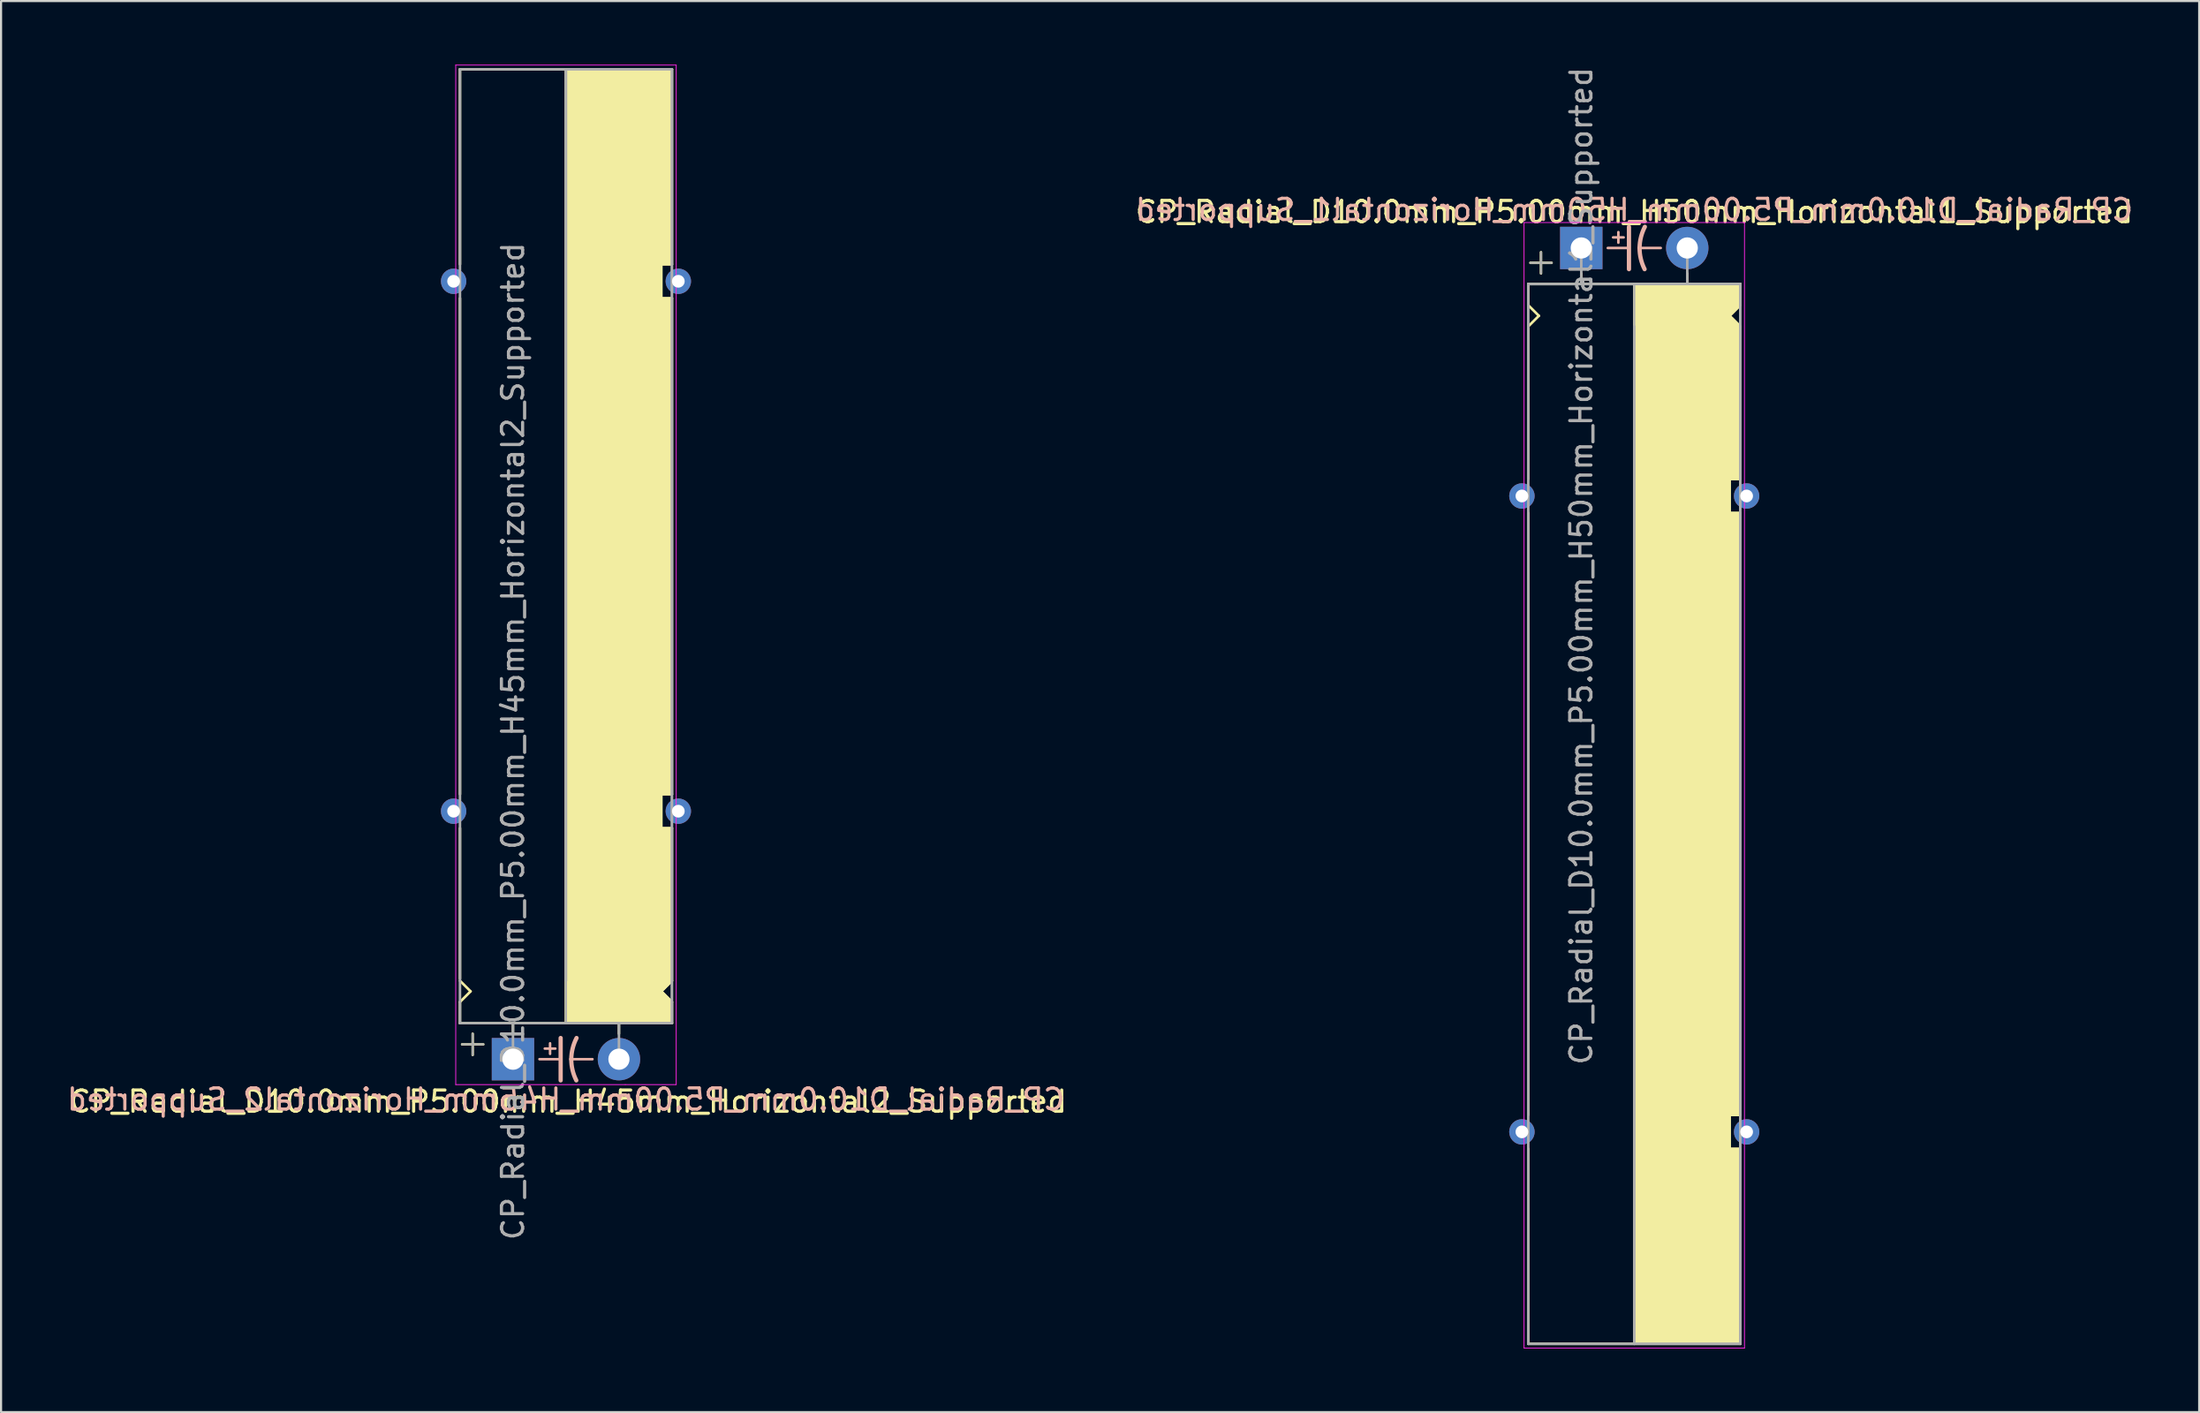
<source format=kicad_pcb>
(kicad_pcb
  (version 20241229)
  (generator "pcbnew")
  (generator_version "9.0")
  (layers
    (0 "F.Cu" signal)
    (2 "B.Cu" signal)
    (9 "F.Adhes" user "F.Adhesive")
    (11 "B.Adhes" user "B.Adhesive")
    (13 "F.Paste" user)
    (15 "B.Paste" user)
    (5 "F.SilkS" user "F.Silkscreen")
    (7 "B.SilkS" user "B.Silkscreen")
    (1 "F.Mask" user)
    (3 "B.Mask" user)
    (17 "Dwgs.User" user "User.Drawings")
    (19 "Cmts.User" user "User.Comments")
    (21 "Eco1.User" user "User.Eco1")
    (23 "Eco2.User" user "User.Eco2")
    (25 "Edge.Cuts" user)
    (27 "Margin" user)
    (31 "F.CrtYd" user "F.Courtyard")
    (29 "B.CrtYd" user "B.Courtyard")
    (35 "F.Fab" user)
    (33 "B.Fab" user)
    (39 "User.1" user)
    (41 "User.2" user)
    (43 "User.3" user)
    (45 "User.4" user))
  (footprint "CP_Radial_D10.0mm_P5.00mm_H45mm_Horizontal2_Supported"
    (layer "F.Cu")
    (at 21.149 46.92)
    (property "Reference" "CP_Radial_D10.0mm_P5.00mm_H45mm_Horizontal2_Supported" (at 2.6 2 0) (layer "F.SilkS") (effects (font (size 1 1) (thickness 0.15))))
    (fp_line (start -2.5 -46.7) (end 7.5 -46.7) (stroke (width 0.12) (type solid)) (layer "F.SilkS"))
    (fp_line (start -2.5 -37.5) (end -2.5 -46.7) (stroke (width 0.12) (type solid)) (layer "F.SilkS"))
    (fp_line (start -2.5 -12.5) (end -2.5 -35.9) (stroke (width 0.12) (type solid)) (layer "F.SilkS"))
    (fp_line (start -2.5 -3.8) (end -2.5 -10.9) (stroke (width 0.12) (type solid)) (layer "F.SilkS"))
    (fp_line (start -2.5 -2.7) (end -2 -3.2) (stroke (width 0.12) (type solid)) (layer "F.SilkS"))
    (fp_line (start -2.5 -1.7) (end -2.5 -2.7) (stroke (width 0.12) (type solid)) (layer "F.SilkS"))
    (fp_line (start -2 -3.2) (end -2.5 -3.7) (stroke (width 0.12) (type solid)) (layer "F.SilkS"))
    (fp_line (start -1.9 -1.2) (end -1.9 -0.2) (stroke (width 0.12) (type solid)) (layer "F.SilkS"))
    (fp_line (start -1.4 -0.7) (end -2.4 -0.7) (stroke (width 0.12) (type solid)) (layer "F.SilkS"))
    (fp_line (start 0 -1.7) (end 0 -1.2) (stroke (width 0.12) (type solid)) (layer "F.SilkS"))
    (fp_line (start 2.5 -46.7) (end 2.5 -1.7) (stroke (width 0.12) (type solid)) (layer "F.SilkS"))
    (fp_line (start 2.5 -1.7) (end -2.5 -1.7) (stroke (width 0.12) (type solid)) (layer "F.SilkS"))
    (fp_line (start 5 -1.7) (end 5 -1.2) (stroke (width 0.12) (type solid)) (layer "F.SilkS"))
    (fp_line (start 7 -37.5) (end 7.5 -37.5) (stroke (width 0.12) (type solid)) (layer "F.SilkS"))
    (fp_line (start 7 -35.9) (end 7 -37.5) (stroke (width 0.12) (type solid)) (layer "F.SilkS"))
    (fp_line (start 7 -12.5) (end 7.5 -12.5) (stroke (width 0.12) (type solid)) (layer "F.SilkS"))
    (fp_line (start 7 -10.9) (end 7 -12.5) (stroke (width 0.12) (type solid)) (layer "F.SilkS"))
    (fp_line (start 7 -3.2) (end 7.5 -3.7) (stroke (width 0.12) (type solid)) (layer "F.SilkS"))
    (fp_line (start 7.5 -37.5) (end 7.5 -46.7) (stroke (width 0.12) (type solid)) (layer "F.SilkS"))
    (fp_line (start 7.5 -35.9) (end 7 -35.9) (stroke (width 0.12) (type solid)) (layer "F.SilkS"))
    (fp_line (start 7.5 -12.5) (end 7.5 -35.9) (stroke (width 0.12) (type solid)) (layer "F.SilkS"))
    (fp_line (start 7.5 -10.9) (end 7 -10.9) (stroke (width 0.12) (type solid)) (layer "F.SilkS"))
    (fp_line (start 7.5 -3.7) (end 7.5 -10.9) (stroke (width 0.12) (type solid)) (layer "F.SilkS"))
    (fp_line (start 7.5 -2.7) (end 7 -3.2) (stroke (width 0.12) (type solid)) (layer "F.SilkS"))
    (fp_line (start 7.5 -1.7) (end 2.5 -1.7) (stroke (width 0.12) (type solid)) (layer "F.SilkS"))
    (fp_line (start 7.5 -1.7) (end 7.5 -2.7) (stroke (width 0.12) (type solid)) (layer "F.SilkS"))
    (fp_poly (pts (xy 7.5 -2.7) (xy 7 -3.2) (xy 7.5 -3.7) (xy 7.5 -10.9) (xy 7 -10.9) (xy 7 -12.5) (xy 7.5 -12.5) (xy 7.5 -35.9) (xy 7 -35.9) (xy 7 -37.5) (xy 7.5 -37.5) (xy 7.5 -46.7) (xy 2.5 -46.7) (xy 2.5 -1.7) (xy 7.5 -1.7)) (stroke (width 0.1) (type solid)) (fill yes) (layer "F.SilkS"))
    (fp_line (start 1.25 0) (end 2.25 0) (stroke (width 0.12) (type solid)) (layer "B.SilkS"))
    (fp_line (start 1.5 -0.5) (end 2 -0.5) (stroke (width 0.12) (type solid)) (layer "B.SilkS"))
    (fp_line (start 1.75 -0.75) (end 1.75 -0.25) (stroke (width 0.12) (type solid)) (layer "B.SilkS"))
    (fp_line (start 2.25 1) (end 2.25 -1) (stroke (width 0.2) (type solid)) (layer "B.SilkS"))
    (fp_line (start 3.75 0) (end 2.75 0) (stroke (width 0.12) (type solid)) (layer "B.SilkS"))
    (fp_arc (start 2.75 0) (mid 2.816707 -0.514573) (end 3 -1) (stroke (width 0.2) (type solid)) (layer "B.SilkS"))
    (fp_arc (start 2.987539 1) (mid 2.810248 0.513901) (end 2.75 0) (stroke (width 0.2) (type solid)) (layer "B.SilkS"))
    (fp_line (start -2.7 -46.9) (end -2.7 1.2) (stroke (width 0.04) (type solid)) (layer "F.CrtYd"))
    (fp_line (start -2.7 1.2) (end 5.3 1.2) (stroke (width 0.04) (type solid)) (layer "F.CrtYd"))
    (fp_line (start 5.3 1.2) (end 7.7 1.2) (stroke (width 0.04) (type solid)) (layer "F.CrtYd"))
    (fp_line (start 7.7 -46.9) (end -2.7 -46.9) (stroke (width 0.04) (type solid)) (layer "F.CrtYd"))
    (fp_line (start 7.7 1.2) (end 7.7 -46.9) (stroke (width 0.04) (type solid)) (layer "F.CrtYd"))
    (fp_line (start -2.5 -46.7) (end 7.5 -46.7) (stroke (width 0.12) (type solid)) (layer "F.Fab"))
    (fp_line (start -2.5 -1.7) (end -2.5 -46.7) (stroke (width 0.12) (type solid)) (layer "F.Fab"))
    (fp_line (start -2.4 -0.7) (end -1.4 -0.7) (stroke (width 0.1) (type solid)) (layer "F.Fab"))
    (fp_line (start -1.9 -0.2) (end -1.9 -1.2) (stroke (width 0.1) (type solid)) (layer "F.Fab"))
    (fp_line (start 0 -1.7) (end 0 0) (stroke (width 0.12) (type solid)) (layer "F.Fab"))
    (fp_line (start 2.5 -3.7) (end 2.5 -46.7) (stroke (width 0.12) (type solid)) (layer "F.Fab"))
    (fp_line (start 5 -1.7) (end 5 0) (stroke (width 0.12) (type solid)) (layer "F.Fab"))
    (fp_line (start 7.5 -46.7) (end 7.5 -1.7) (stroke (width 0.12) (type solid)) (layer "F.Fab"))
    (fp_line (start 7.5 -1.7) (end -2.5 -1.7) (stroke (width 0.12) (type solid)) (layer "F.Fab"))
    (fp_poly (pts (xy 7.5 -46.7) (xy 2.5 -46.7) (xy 2.5 -1.7) (xy 7.5 -1.7)) (stroke (width 0.1) (type solid)) (fill no) (layer "F.Fab"))
    (fp_text user "${REFERENCE}" (at 2.5 1.9 0) (layer "B.SilkS") (effects (font (size 1 1) (thickness 0.15)) (justify mirror)))
    (fp_text user "${REFERENCE}" (at 0 -15 90) (layer "F.Fab") (effects (font (size 1 1) (thickness 0.15))))
    (pad "1" thru_hole rect (at 0 0) (size 2 2) (drill 1) (layers "*.Cu" "*.Mask"))
    (pad "2" thru_hole circle (at 5 0) (size 2 2) (drill 1) (layers "*.Cu" "*.Mask"))
    (pad "~" thru_hole circle (at -2.8 -36.7 180) (size 1.2 1.2) (drill 0.6) (layers "*.Cu" "*.Mask"))
    (pad "~" thru_hole circle (at -2.8 -11.7) (size 1.2 1.2) (drill 0.6) (layers "*.Cu" "*.Mask"))
    (pad "~" thru_hole circle (at 7.8 -36.7 180) (size 1.2 1.2) (drill 0.6) (layers "*.Cu" "*.Mask"))
    (pad "~" thru_hole circle (at 7.8 -11.7 180) (size 1.2 1.2) (drill 0.6) (layers "*.Cu" "*.Mask")))
  (footprint "CP_Radial_D10.0mm_P5.00mm_H50mm_Horizontal1_Supported"
    (layer "F.Cu")
    (at 71.546 8.649)
    (property "Reference" "CP_Radial_D10.0mm_P5.00mm_H50mm_Horizontal1_Supported" (at 2.5 -1.7 0) (layer "F.SilkS") (effects (font (size 1 1) (thickness 0.15))))
    (fp_line (start -2.5 1.7) (end -2.5 2.7) (stroke (width 0.12) (type solid)) (layer "F.SilkS"))
    (fp_line (start -2.5 2.7) (end -2 3.2) (stroke (width 0.12) (type solid)) (layer "F.SilkS"))
    (fp_line (start -2.5 3.8) (end -2.5 10.9) (stroke (width 0.12) (type solid)) (layer "F.SilkS"))
    (fp_line (start -2.5 12.5) (end -2.5 40.9) (stroke (width 0.12) (type solid)) (layer "F.SilkS"))
    (fp_line (start -2.5 42.5) (end -2.5 51.7) (stroke (width 0.12) (type solid)) (layer "F.SilkS"))
    (fp_line (start -2.5 51.7) (end 7.5 51.7) (stroke (width 0.12) (type solid)) (layer "F.SilkS"))
    (fp_line (start -2 3.2) (end -2.5 3.7) (stroke (width 0.12) (type solid)) (layer "F.SilkS"))
    (fp_line (start -1.9 0.2) (end -1.9 1.2) (stroke (width 0.12) (type solid)) (layer "F.SilkS"))
    (fp_line (start -1.4 0.7) (end -2.4 0.7) (stroke (width 0.12) (type solid)) (layer "F.SilkS"))
    (fp_line (start 0 1.7) (end 0 1.2) (stroke (width 0.12) (type solid)) (layer "F.SilkS"))
    (fp_line (start 2.5 1.7) (end -2.5 1.7) (stroke (width 0.12) (type solid)) (layer "F.SilkS"))
    (fp_line (start 2.5 51.7) (end 2.5 1.7) (stroke (width 0.12) (type solid)) (layer "F.SilkS"))
    (fp_line (start 5 1.7) (end 5 1.2) (stroke (width 0.12) (type solid)) (layer "F.SilkS"))
    (fp_line (start 7 3.2) (end 7.5 3.7) (stroke (width 0.12) (type solid)) (layer "F.SilkS"))
    (fp_line (start 7 10.9) (end 7 12.5) (stroke (width 0.12) (type solid)) (layer "F.SilkS"))
    (fp_line (start 7 12.5) (end 7.5 12.5) (stroke (width 0.12) (type solid)) (layer "F.SilkS"))
    (fp_line (start 7 40.9) (end 7 42.5) (stroke (width 0.12) (type solid)) (layer "F.SilkS"))
    (fp_line (start 7 42.5) (end 7.5 42.5) (stroke (width 0.12) (type solid)) (layer "F.SilkS"))
    (fp_line (start 7.5 1.7) (end 2.5 1.7) (stroke (width 0.12) (type solid)) (layer "F.SilkS"))
    (fp_line (start 7.5 1.7) (end 7.5 2.7) (stroke (width 0.12) (type solid)) (layer "F.SilkS"))
    (fp_line (start 7.5 2.7) (end 7 3.2) (stroke (width 0.12) (type solid)) (layer "F.SilkS"))
    (fp_line (start 7.5 3.7) (end 7.5 10.9) (stroke (width 0.12) (type solid)) (layer "F.SilkS"))
    (fp_line (start 7.5 10.9) (end 7 10.9) (stroke (width 0.12) (type solid)) (layer "F.SilkS"))
    (fp_line (start 7.5 12.5) (end 7.5 40.9) (stroke (width 0.12) (type solid)) (layer "F.SilkS"))
    (fp_line (start 7.5 40.9) (end 7 40.9) (stroke (width 0.12) (type solid)) (layer "F.SilkS"))
    (fp_line (start 7.5 42.5) (end 7.5 51.7) (stroke (width 0.12) (type solid)) (layer "F.SilkS"))
    (fp_poly (pts (xy 7.5 2.7) (xy 7 3.2) (xy 7.5 3.7) (xy 7.5 10.9) (xy 7 10.9) (xy 7 12.5) (xy 7.5 12.5) (xy 7.5 40.9) (xy 7 40.9) (xy 7 42.5) (xy 7.5 42.5) (xy 7.5 51.7) (xy 2.5 51.7) (xy 2.5 1.7) (xy 7.5 1.7)) (stroke (width 0.1) (type solid)) (fill yes) (layer "F.SilkS"))
    (fp_line (start 1.25 0) (end 2.25 0) (stroke (width 0.12) (type solid)) (layer "B.SilkS"))
    (fp_line (start 1.5 -0.5) (end 2 -0.5) (stroke (width 0.12) (type solid)) (layer "B.SilkS"))
    (fp_line (start 1.75 -0.75) (end 1.75 -0.25) (stroke (width 0.12) (type solid)) (layer "B.SilkS"))
    (fp_line (start 2.25 1) (end 2.25 -1) (stroke (width 0.2) (type solid)) (layer "B.SilkS"))
    (fp_line (start 3.75 0) (end 2.75 0) (stroke (width 0.12) (type solid)) (layer "B.SilkS"))
    (fp_arc (start 2.75 0) (mid 2.816707 -0.514573) (end 3 -1) (stroke (width 0.2) (type solid)) (layer "B.SilkS"))
    (fp_arc (start 2.987539 1) (mid 2.810248 0.513901) (end 2.75 0) (stroke (width 0.2) (type solid)) (layer "B.SilkS"))
    (fp_line (start -2.7 -1.2) (end 5.3 -1.2) (stroke (width 0.04) (type solid)) (layer "F.CrtYd"))
    (fp_line (start -2.7 51.9) (end -2.7 -1.2) (stroke (width 0.04) (type solid)) (layer "F.CrtYd"))
    (fp_line (start 5.3 -1.2) (end 7.7 -1.2) (stroke (width 0.04) (type solid)) (layer "F.CrtYd"))
    (fp_line (start 7.7 -1.2) (end 7.7 51.9) (stroke (width 0.04) (type solid)) (layer "F.CrtYd"))
    (fp_line (start 7.7 51.9) (end -2.7 51.9) (stroke (width 0.04) (type solid)) (layer "F.CrtYd"))
    (fp_line (start -2.5 1.7) (end -2.5 51.7) (stroke (width 0.12) (type solid)) (layer "F.Fab"))
    (fp_line (start -2.5 51.7) (end 7.5 51.7) (stroke (width 0.12) (type solid)) (layer "F.Fab"))
    (fp_line (start -2.4 0.7) (end -1.4 0.7) (stroke (width 0.1) (type solid)) (layer "F.Fab"))
    (fp_line (start -1.9 1.2) (end -1.9 0.2) (stroke (width 0.1) (type solid)) (layer "F.Fab"))
    (fp_line (start 0 1.7) (end 0 0) (stroke (width 0.12) (type solid)) (layer "F.Fab"))
    (fp_line (start 2.5 3.7) (end 2.5 51.7) (stroke (width 0.12) (type solid)) (layer "F.Fab"))
    (fp_line (start 5 1.7) (end 5 0) (stroke (width 0.12) (type solid)) (layer "F.Fab"))
    (fp_line (start 7.5 1.7) (end -2.5 1.7) (stroke (width 0.12) (type solid)) (layer "F.Fab"))
    (fp_line (start 7.5 51.7) (end 7.5 1.7) (stroke (width 0.12) (type solid)) (layer "F.Fab"))
    (fp_poly (pts (xy 7.5 51.7) (xy 2.5 51.7) (xy 2.5 1.7) (xy 7.5 1.7)) (stroke (width 0.1) (type solid)) (fill no) (layer "F.Fab"))
    (fp_text user "${REFERENCE}" (at 2.5 -1.8 0) (layer "B.SilkS") (effects (font (size 1 1) (thickness 0.15)) (justify mirror)))
    (fp_text user "${REFERENCE}" (at 0 15 90) (layer "F.Fab") (effects (font (size 1 1) (thickness 0.15))))
    (pad "1" thru_hole rect (at 0 0) (size 2 2) (drill 1) (layers "*.Cu" "*.Mask"))
    (pad "2" thru_hole circle (at 5 0) (size 2 2) (drill 1) (layers "*.Cu" "*.Mask"))
    (pad "~" thru_hole circle (at -2.8 11.7 180) (size 1.2 1.2) (drill 0.6) (layers "*.Cu" "*.Mask"))
    (pad "~" thru_hole circle (at -2.8 41.7) (size 1.2 1.2) (drill 0.6) (layers "*.Cu" "*.Mask"))
    (pad "~" thru_hole circle (at 7.8 11.7) (size 1.2 1.2) (drill 0.6) (layers "*.Cu" "*.Mask"))
    (pad "~" thru_hole circle (at 7.8 41.7) (size 1.2 1.2) (drill 0.6) (layers "*.Cu" "*.Mask")))
  (gr_rect
    (start -3 -3)
    (end 100.695 63.569)
    (stroke (width 0.1) (type default))
    (fill no)
    (layer "Edge.Cuts")))
</source>
